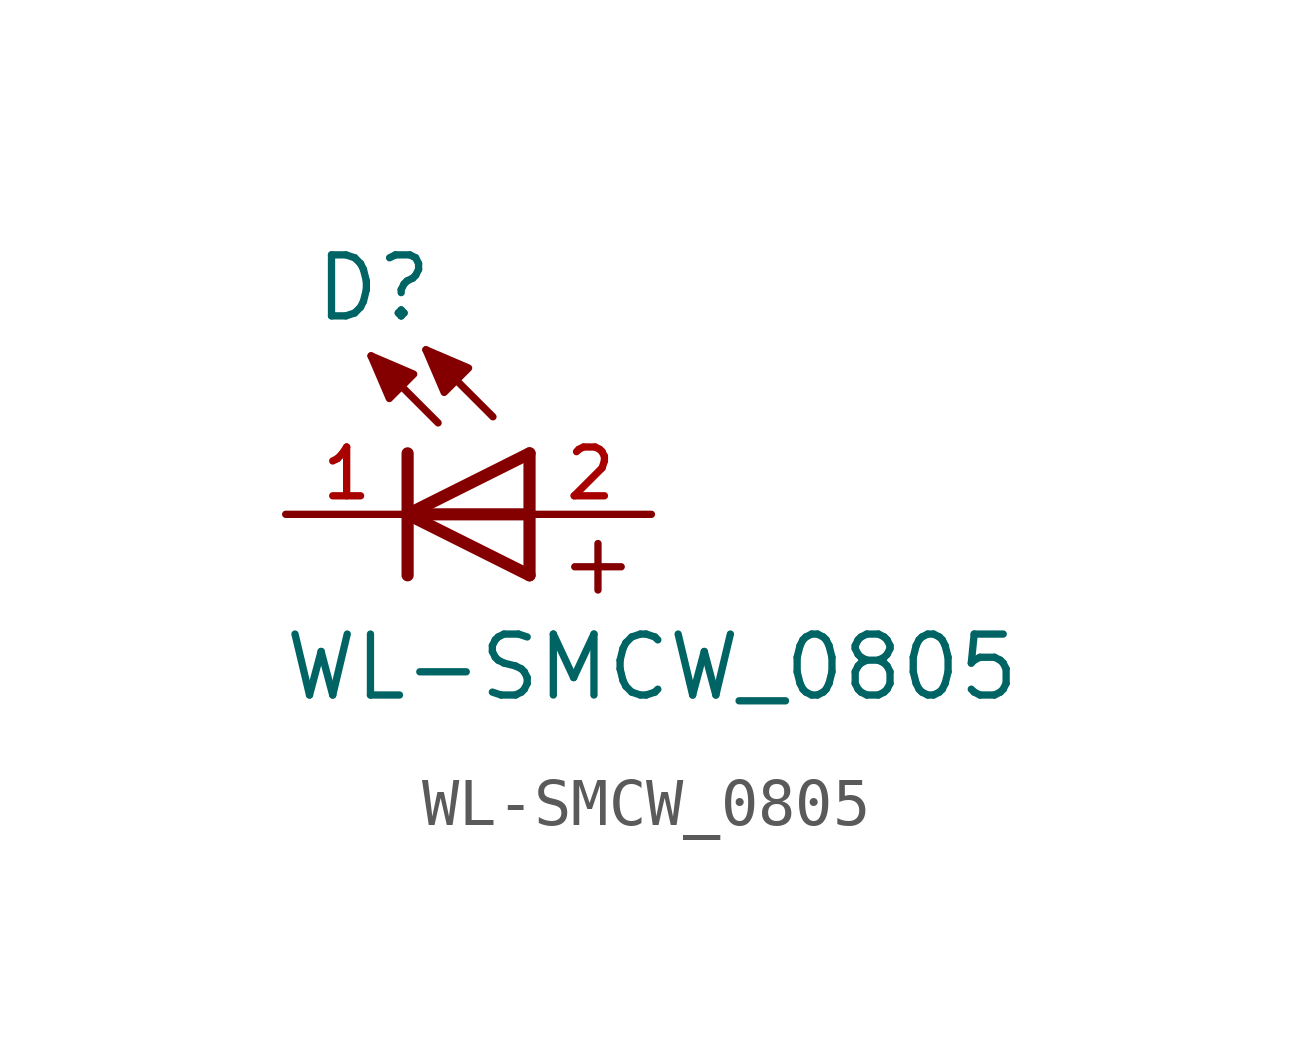
<source format=kicad_sym>
(kicad_symbol_lib
  (version 20211014)
  (generator kicad_symbol_editor)
  (symbol "WL-SMCW_0805"
    (pin_names
      (offset 1.016))
    (property "Reference" "D"
      (at -1.988 3.972 0)
      (effects (font (size 1.27 1.27)) (justify bottom left)))
    (property "Value" "WL-SMCW_0805"
      (at -2.628 -3.928 0)
      (effects (font (size 1.27 1.27)) (justify bottom left)))
    (symbol "WL-SMCW_0805_0_0"
      (text "+" (at 3.08 -1.74 0) (effects (font (size 1.27 1.27)) (justify bottom left)))
      (polyline (pts (xy 2.54 -1.27) (xy 0.0 0.0)) (stroke (width 0.254)))
      (polyline (pts (xy 0.0 0.0) (xy 2.54 1.27)) (stroke (width 0.254)))
      (polyline (pts (xy 0.0 -1.27) (xy 0.0 0.0)) (stroke (width 0.254)))
      (polyline (pts (xy 0.0 0.0) (xy 0.0 1.27)) (stroke (width 0.254)))
      (polyline (pts (xy 2.54 -1.27) (xy 2.54 0.0)) (stroke (width 0.254)))
      (polyline (pts (xy 2.54 0.0) (xy 2.54 1.27)) (stroke (width 0.254)))
      (polyline (pts (xy 1.778 2.032) (xy 0.381 3.429)) (stroke (width 0.152)))
      (polyline (pts (xy 0.635 1.905) (xy -0.762 3.302)) (stroke (width 0.152)))
      (polyline (pts (xy 0.0 0.0) (xy 2.54 0.0)) (stroke (width 0.254)))
      (polyline (pts (xy 0.381 3.429) (xy 1.27 3.048) (xy 0.762 2.54) (xy 0.381 3.429)) (stroke (width 0.152)) (fill (type outline)))
      (polyline (pts (xy -0.762 3.302) (xy 0.127 2.921) (xy -0.381 2.413) (xy -0.762 3.302)) (stroke (width 0.152)) (fill (type outline)))
      (pin passive line (at -2.54 0.0 0) (length 2.54) (name "~" (effects (font (size 1.016 1.016)))) (number "1" (effects (font (size 1.016 1.016)))))
      (pin passive line (at 5.08 0.0 180.0) (length 2.54) (name "~" (effects (font (size 1.016 1.016)))) (number "2" (effects (font (size 1.016 1.016))))))))
</source>
